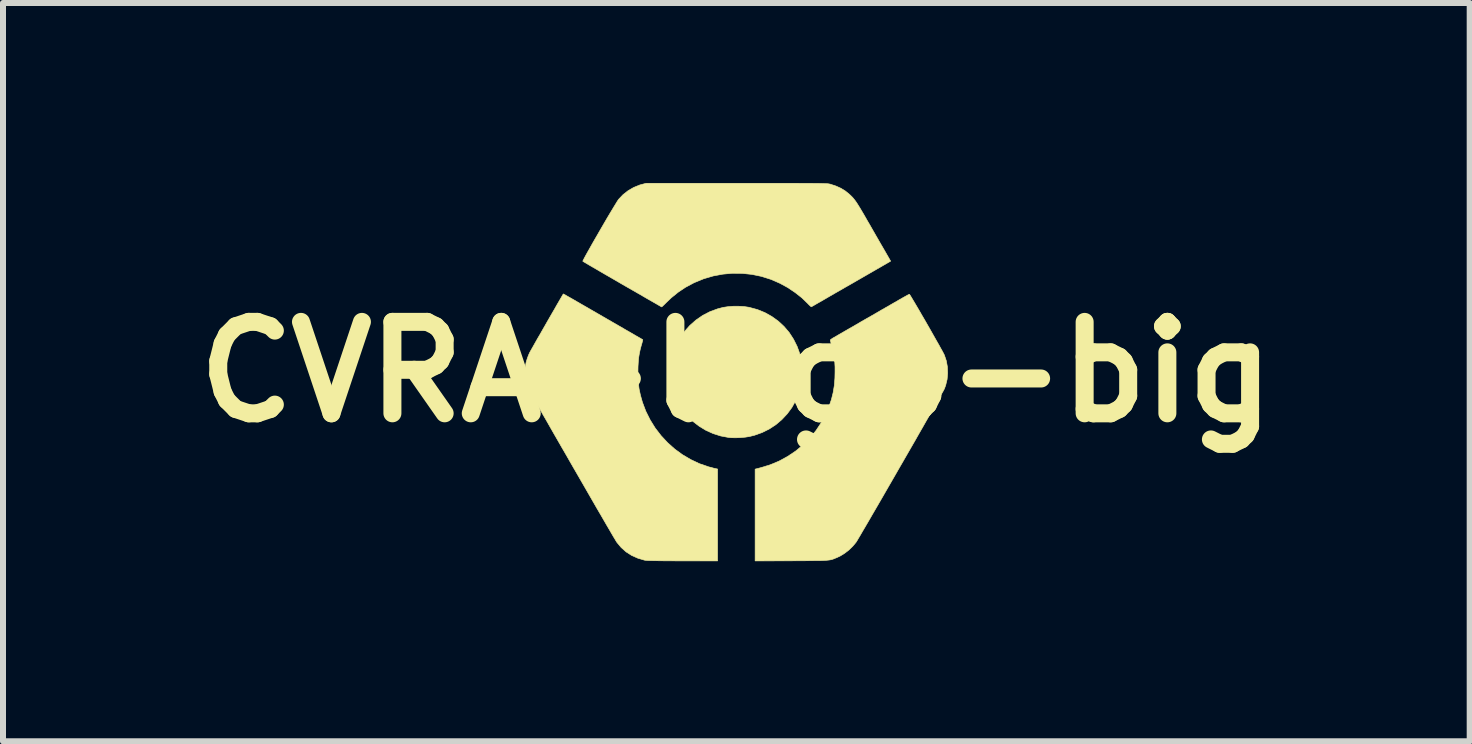
<source format=kicad_pcb>
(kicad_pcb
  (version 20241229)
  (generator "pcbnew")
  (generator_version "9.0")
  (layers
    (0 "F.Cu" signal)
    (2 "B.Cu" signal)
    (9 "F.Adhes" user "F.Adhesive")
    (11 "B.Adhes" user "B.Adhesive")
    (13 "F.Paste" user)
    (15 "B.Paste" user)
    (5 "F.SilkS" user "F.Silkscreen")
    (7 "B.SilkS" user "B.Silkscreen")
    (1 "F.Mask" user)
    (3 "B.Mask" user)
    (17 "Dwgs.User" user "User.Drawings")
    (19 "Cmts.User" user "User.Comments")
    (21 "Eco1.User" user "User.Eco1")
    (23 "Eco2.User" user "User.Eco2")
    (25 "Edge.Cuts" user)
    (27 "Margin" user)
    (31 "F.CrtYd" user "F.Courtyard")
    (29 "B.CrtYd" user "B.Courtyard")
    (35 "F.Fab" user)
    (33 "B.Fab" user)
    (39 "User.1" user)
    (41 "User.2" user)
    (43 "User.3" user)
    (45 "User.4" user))
  (footprint "CVRA-logo-big"
    (layer "F.Cu")
    (at 9.224 3.15)
    (property "Reference" "CVRA-logo-big" (at 0 0 0) (layer "F.SilkS") (effects (font (size 1.524 1.524) (thickness 0.3))))
    (attr through_hole)
    (fp_poly (pts (xy 0.13 -1.09) (xy 0.21 -1.078) (xy 0.218 -1.076) (xy 0.351 -1.04) (xy 0.476 -0.989) (xy 0.592 -0.924) (xy 0.699 -0.847) (xy 0.795 -0.758) (xy 0.881 -0.657) (xy 0.953 -0.546) (xy 1.013 -0.426) (xy 1.048 -0.33) (xy 1.067 -0.265) (xy 1.081 -0.205) (xy 1.09 -0.145) (xy 1.094 -0.08) (xy 1.096 -0.005) (xy 1.096 0.008) (xy 1.094 0.088) (xy 1.088 0.157) (xy 1.078 0.22) (xy 1.062 0.284) (xy 1.042 0.351) (xy 0.991 0.475) (xy 0.926 0.592) (xy 0.848 0.698) (xy 0.758 0.794) (xy 0.658 0.879) (xy 0.548 0.951) (xy 0.429 1.01) (xy 0.303 1.055) (xy 0.218 1.076) (xy 0.149 1.087) (xy 0.072 1.094) (xy -0.007 1.097) (xy -0.08 1.096) (xy -0.128 1.092) (xy -0.261 1.067) (xy -0.387 1.027) (xy -0.507 0.973) (xy -0.619 0.905) (xy -0.723 0.825) (xy -0.815 0.733) (xy -0.897 0.63) (xy -0.966 0.518) (xy -1.022 0.397) (xy -1.035 0.36) (xy -1.065 0.261) (xy -1.084 0.164) (xy -1.093 0.063) (xy -1.094 0) (xy -1.087 -0.13) (xy -1.065 -0.257) (xy -1.03 -0.378) (xy -0.982 -0.491) (xy -0.982 -0.491) (xy -0.942 -0.562) (xy -0.891 -0.637) (xy -0.835 -0.708) (xy -0.778 -0.772) (xy -0.775 -0.775) (xy -0.672 -0.866) (xy -0.56 -0.943) (xy -0.44 -1.005) (xy -0.312 -1.052) (xy -0.22 -1.076) (xy -0.14 -1.088) (xy -0.051 -1.095) (xy 0.041 -1.095) (xy 0.13 -1.09)) (stroke (width 0.01) (type solid)) (fill yes) (layer "F.SilkS"))
    (fp_poly (pts (xy 0.192 -3.145) (xy 0.364 -3.145) (xy 0.52 -3.145) (xy 0.661 -3.145) (xy 0.789 -3.145) (xy 0.903 -3.145) (xy 1.005 -3.145) (xy 1.096 -3.144) (xy 1.175 -3.144) (xy 1.245 -3.144) (xy 1.305 -3.143) (xy 1.357 -3.143) (xy 1.4 -3.142) (xy 1.437 -3.141) (xy 1.467 -3.14) (xy 1.492 -3.139) (xy 1.512 -3.138) (xy 1.528 -3.137) (xy 1.541 -3.135) (xy 1.551 -3.133) (xy 1.559 -3.132) (xy 1.566 -3.13) (xy 1.66 -3.099) (xy 1.742 -3.062) (xy 1.814 -3.018) (xy 1.881 -2.964) (xy 1.894 -2.952) (xy 1.917 -2.93) (xy 1.938 -2.909) (xy 1.957 -2.886) (xy 1.976 -2.862) (xy 1.997 -2.833) (xy 2.02 -2.798) (xy 2.046 -2.756) (xy 2.077 -2.705) (xy 2.113 -2.644) (xy 2.156 -2.57) (xy 2.18 -2.527) (xy 2.223 -2.454) (xy 2.268 -2.375) (xy 2.315 -2.293) (xy 2.361 -2.213) (xy 2.404 -2.138) (xy 2.442 -2.073) (xy 2.452 -2.056) (xy 2.572 -1.847) (xy 1.915 -1.468) (xy 1.818 -1.413) (xy 1.725 -1.359) (xy 1.637 -1.309) (xy 1.556 -1.262) (xy 1.482 -1.219) (xy 1.417 -1.181) (xy 1.36 -1.149) (xy 1.315 -1.123) (xy 1.281 -1.103) (xy 1.259 -1.091) (xy 1.251 -1.086) (xy 1.243 -1.09) (xy 1.226 -1.105) (xy 1.204 -1.126) (xy 1.192 -1.139) (xy 1.093 -1.235) (xy 0.98 -1.324) (xy 0.858 -1.406) (xy 0.728 -1.477) (xy 0.594 -1.536) (xy 0.574 -1.544) (xy 0.419 -1.593) (xy 0.26 -1.626) (xy 0.098 -1.643) (xy -0.064 -1.645) (xy -0.226 -1.63) (xy -0.386 -1.6) (xy -0.543 -1.554) (xy -0.694 -1.492) (xy -0.715 -1.482) (xy -0.848 -1.411) (xy -0.969 -1.33) (xy -1.084 -1.237) (xy -1.168 -1.157) (xy -1.196 -1.129) (xy -1.22 -1.106) (xy -1.237 -1.09) (xy -1.245 -1.084) (xy -1.245 -1.084) (xy -1.252 -1.088) (xy -1.274 -1.1) (xy -1.308 -1.12) (xy -1.353 -1.146) (xy -1.409 -1.178) (xy -1.474 -1.215) (xy -1.548 -1.258) (xy -1.629 -1.305) (xy -1.716 -1.355) (xy -1.809 -1.408) (xy -1.901 -1.461) (xy -1.997 -1.517) (xy -2.09 -1.571) (xy -2.177 -1.621) (xy -2.258 -1.668) (xy -2.331 -1.711) (xy -2.397 -1.749) (xy -2.452 -1.781) (xy -2.497 -1.808) (xy -2.531 -1.828) (xy -2.552 -1.84) (xy -2.559 -1.845) (xy -2.557 -1.853) (xy -2.546 -1.875) (xy -2.529 -1.908) (xy -2.505 -1.952) (xy -2.476 -2.004) (xy -2.442 -2.064) (xy -2.405 -2.13) (xy -2.365 -2.2) (xy -2.322 -2.274) (xy -2.279 -2.349) (xy -2.235 -2.425) (xy -2.192 -2.499) (xy -2.15 -2.571) (xy -2.11 -2.638) (xy -2.072 -2.701) (xy -2.039 -2.756) (xy -2.01 -2.803) (xy -1.987 -2.841) (xy -1.97 -2.867) (xy -1.961 -2.879) (xy -1.889 -2.955) (xy -1.805 -3.021) (xy -1.712 -3.075) (xy -1.612 -3.116) (xy -1.575 -3.126) (xy -1.503 -3.145) (xy 0.004 -3.145) (xy 0.192 -3.145)) (stroke (width 0.01) (type solid)) (fill yes) (layer "F.SilkS"))
    (fp_poly (pts (xy 2.89 -1.288) (xy 2.903 -1.268) (xy 2.923 -1.235) (xy 2.948 -1.193) (xy 2.979 -1.141) (xy 3.014 -1.082) (xy 3.052 -1.017) (xy 3.092 -0.947) (xy 3.135 -0.874) (xy 3.178 -0.799) (xy 3.221 -0.724) (xy 3.263 -0.65) (xy 3.303 -0.579) (xy 3.341 -0.512) (xy 3.376 -0.451) (xy 3.406 -0.396) (xy 3.432 -0.35) (xy 3.451 -0.314) (xy 3.464 -0.289) (xy 3.468 -0.28) (xy 3.5 -0.185) (xy 3.518 -0.084) (xy 3.522 0.02) (xy 3.513 0.124) (xy 3.489 0.223) (xy 3.468 0.28) (xy 3.461 0.294) (xy 3.446 0.322) (xy 3.423 0.362) (xy 3.394 0.415) (xy 3.358 0.478) (xy 3.317 0.551) (xy 3.27 0.633) (xy 3.219 0.723) (xy 3.163 0.82) (xy 3.104 0.924) (xy 3.042 1.032) (xy 2.978 1.145) (xy 2.911 1.261) (xy 2.843 1.379) (xy 2.774 1.499) (xy 2.704 1.62) (xy 2.635 1.74) (xy 2.567 1.858) (xy 2.5 1.974) (xy 2.435 2.087) (xy 2.372 2.196) (xy 2.312 2.299) (xy 2.255 2.397) (xy 2.203 2.487) (xy 2.155 2.569) (xy 2.112 2.642) (xy 2.075 2.706) (xy 2.044 2.758) (xy 2.02 2.799) (xy 2.003 2.827) (xy 1.994 2.841) (xy 1.941 2.904) (xy 1.878 2.966) (xy 1.807 3.021) (xy 1.733 3.067) (xy 1.676 3.094) (xy 1.653 3.103) (xy 1.632 3.112) (xy 1.614 3.119) (xy 1.595 3.125) (xy 1.575 3.13) (xy 1.553 3.134) (xy 1.527 3.137) (xy 1.496 3.14) (xy 1.458 3.142) (xy 1.413 3.144) (xy 1.358 3.145) (xy 1.293 3.145) (xy 1.217 3.146) (xy 1.127 3.147) (xy 1.023 3.147) (xy 0.921 3.148) (xy 0.313 3.15) (xy 0.313 1.62) (xy 0.402 1.597) (xy 0.56 1.549) (xy 0.71 1.487) (xy 0.853 1.409) (xy 0.988 1.319) (xy 1.112 1.216) (xy 1.226 1.101) (xy 1.329 0.975) (xy 1.419 0.839) (xy 1.496 0.693) (xy 1.543 0.58) (xy 1.584 0.462) (xy 1.613 0.346) (xy 1.633 0.227) (xy 1.643 0.102) (xy 1.645 0) (xy 1.645 -0.084) (xy 1.641 -0.157) (xy 1.635 -0.224) (xy 1.624 -0.289) (xy 1.609 -0.358) (xy 1.592 -0.429) (xy 1.582 -0.467) (xy 1.573 -0.5) (xy 1.568 -0.523) (xy 1.566 -0.532) (xy 1.573 -0.54) (xy 1.591 -0.553) (xy 1.611 -0.566) (xy 1.635 -0.579) (xy 1.669 -0.599) (xy 1.71 -0.623) (xy 1.752 -0.647) (xy 1.761 -0.652) (xy 1.807 -0.679) (xy 1.864 -0.712) (xy 1.931 -0.75) (xy 2.005 -0.793) (xy 2.085 -0.84) (xy 2.169 -0.888) (xy 2.255 -0.937) (xy 2.34 -0.986) (xy 2.422 -1.034) (xy 2.501 -1.079) (xy 2.572 -1.12) (xy 2.636 -1.157) (xy 2.689 -1.187) (xy 2.729 -1.211) (xy 2.732 -1.212) (xy 2.777 -1.238) (xy 2.817 -1.26) (xy 2.849 -1.278) (xy 2.872 -1.29) (xy 2.884 -1.295) (xy 2.884 -1.295) (xy 2.89 -1.288)) (stroke (width 0.01) (type solid)) (fill yes) (layer "F.SilkS"))
    (fp_poly (pts (xy -2.877 -1.297) (xy -2.856 -1.286) (xy -2.824 -1.267) (xy -2.781 -1.243) (xy -2.728 -1.213) (xy -2.668 -1.178) (xy -2.602 -1.14) (xy -2.531 -1.099) (xy -2.506 -1.085) (xy -2.42 -1.035) (xy -2.328 -0.982) (xy -2.233 -0.927) (xy -2.138 -0.872) (xy -2.046 -0.819) (xy -1.961 -0.77) (xy -1.885 -0.726) (xy -1.846 -0.703) (xy -1.783 -0.667) (xy -1.724 -0.633) (xy -1.673 -0.603) (xy -1.629 -0.578) (xy -1.594 -0.558) (xy -1.571 -0.544) (xy -1.56 -0.538) (xy -1.56 -0.538) (xy -1.561 -0.529) (xy -1.566 -0.508) (xy -1.574 -0.477) (xy -1.583 -0.448) (xy -1.602 -0.377) (xy -1.616 -0.312) (xy -1.627 -0.246) (xy -1.634 -0.175) (xy -1.639 -0.094) (xy -1.64 -0.046) (xy -1.641 0.073) (xy -1.634 0.182) (xy -1.621 0.285) (xy -1.599 0.387) (xy -1.569 0.493) (xy -1.566 0.504) (xy -1.509 0.655) (xy -1.437 0.799) (xy -1.352 0.936) (xy -1.254 1.063) (xy -1.145 1.18) (xy -1.026 1.286) (xy -0.897 1.38) (xy -0.759 1.461) (xy -0.615 1.529) (xy -0.464 1.581) (xy -0.373 1.605) (xy -0.313 1.618) (xy -0.313 3.15) (xy -0.895 3.149) (xy -1.015 3.149) (xy -1.119 3.148) (xy -1.208 3.148) (xy -1.284 3.147) (xy -1.347 3.146) (xy -1.4 3.145) (xy -1.442 3.144) (xy -1.475 3.143) (xy -1.501 3.141) (xy -1.52 3.139) (xy -1.532 3.137) (xy -1.643 3.104) (xy -1.746 3.058) (xy -1.838 2.999) (xy -1.919 2.927) (xy -1.99 2.842) (xy -2 2.827) (xy -2.009 2.812) (xy -2.026 2.783) (xy -2.051 2.742) (xy -2.082 2.689) (xy -2.119 2.625) (xy -2.162 2.552) (xy -2.21 2.469) (xy -2.262 2.379) (xy -2.319 2.282) (xy -2.379 2.178) (xy -2.441 2.07) (xy -2.506 1.957) (xy -2.573 1.841) (xy -2.641 1.723) (xy -2.71 1.604) (xy -2.779 1.484) (xy -2.847 1.365) (xy -2.915 1.248) (xy -2.981 1.133) (xy -3.045 1.022) (xy -3.106 0.915) (xy -3.164 0.813) (xy -3.219 0.718) (xy -3.269 0.63) (xy -3.314 0.551) (xy -3.354 0.48) (xy -3.389 0.42) (xy -3.416 0.371) (xy -3.437 0.333) (xy -3.45 0.309) (xy -3.455 0.301) (xy -3.481 0.238) (xy -3.499 0.18) (xy -3.511 0.12) (xy -3.516 0.054) (xy -3.517 -0.008) (xy -3.516 -0.059) (xy -3.514 -0.099) (xy -3.51 -0.131) (xy -3.504 -0.162) (xy -3.494 -0.197) (xy -3.494 -0.197) (xy -3.48 -0.239) (xy -3.464 -0.281) (xy -3.448 -0.317) (xy -3.445 -0.323) (xy -3.438 -0.336) (xy -3.424 -0.361) (xy -3.403 -0.398) (xy -3.377 -0.444) (xy -3.346 -0.499) (xy -3.311 -0.561) (xy -3.272 -0.627) (xy -3.232 -0.698) (xy -3.19 -0.771) (xy -3.148 -0.845) (xy -3.106 -0.918) (xy -3.065 -0.989) (xy -3.026 -1.056) (xy -2.991 -1.118) (xy -2.959 -1.173) (xy -2.931 -1.221) (xy -2.909 -1.259) (xy -2.894 -1.285) (xy -2.885 -1.299) (xy -2.884 -1.301) (xy -2.877 -1.297)) (stroke (width 0.01) (type solid)) (fill yes) (layer "F.SilkS")))
  (gr_rect
    (start -3 -3)
    (end 21.448 9.306)
    (stroke (width 0.1) (type default))
    (fill no)
    (layer "Edge.Cuts")))
</source>
